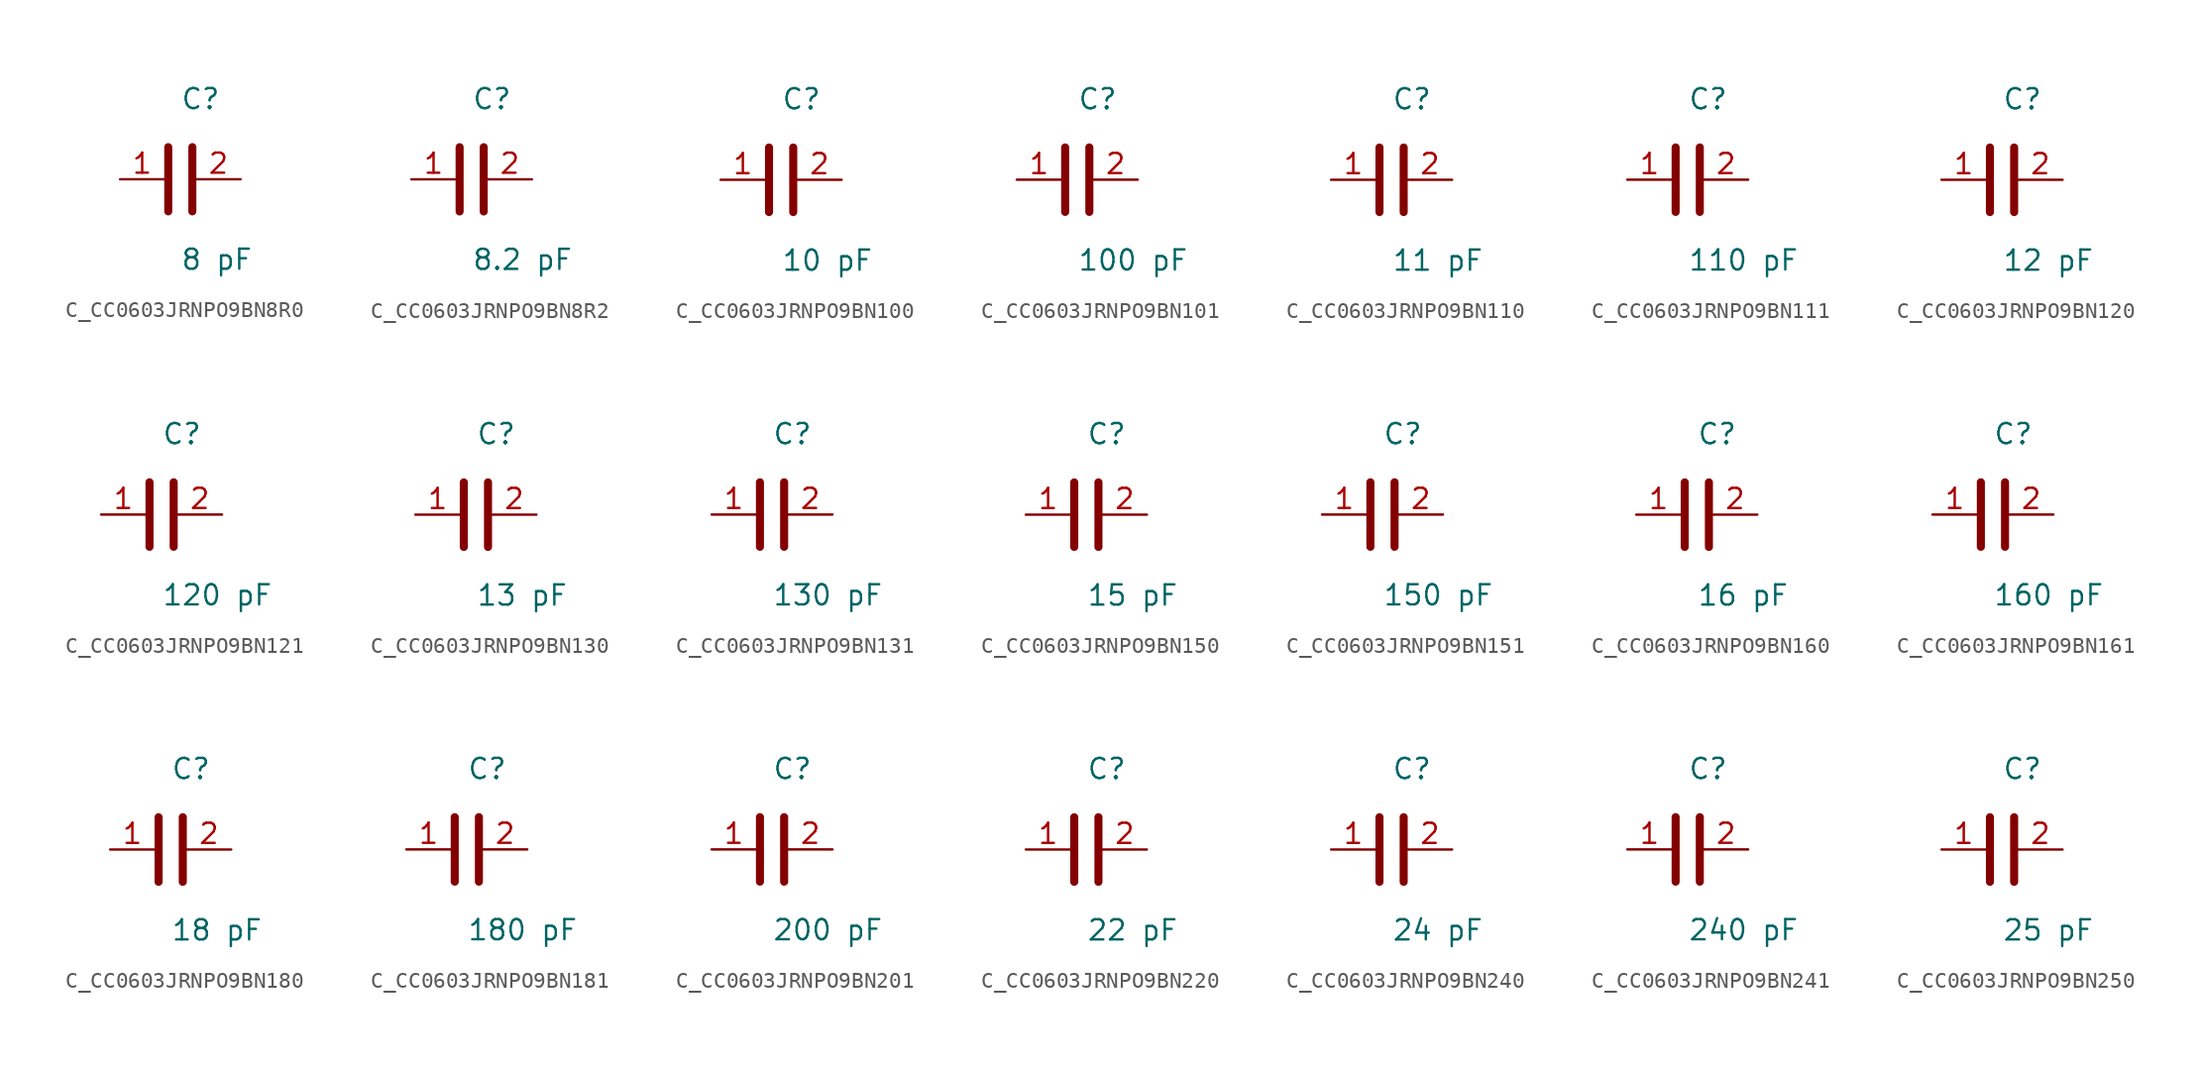
<source format=kicad_sym>
(kicad_symbol_lib
  (version 20231120)
  (generator kicad_symbol_editor)
  (generator_version 8.0)
  (symbol "C_CC0603JRNPO9BN8R0"
    (pin_names
      (offset 0.254))
    (property "Reference" "C"
      (at 0 5.08 0)
      (effects (font (size 1.27 1.27)) (justify left)))
    (property "Value" "8 pF"
      (at 0 -5.08 0)
      (effects (font (size 1.27 1.27)) (justify left)))
    (symbol "C_CC0603JRNPO9BN8R0_0_1"
      (polyline (pts (xy -0.762 -2.032) (xy -0.762 2.032)) (stroke (width 0.508) (type default)) (fill (type none)))
      (polyline (pts (xy 0.762 -2.032) (xy 0.762 2.032)) (stroke (width 0.508) (type default)) (fill (type none))))
    (pin passive line
      (at -3.81 0 0)
      (length 2.8)
      (name "" (effects (font (size 1.27 1.27))))
      (number "1" (effects (font (size 1.27 1.27)))))
    (pin passive line
      (at 3.81 0 180)
      (length 2.8)
      (name "" (effects (font (size 1.27 1.27))))
      (number "2" (effects (font (size 1.27 1.27))))))
  (symbol "C_CC0603JRNPO9BN8R2"
    (pin_names
      (offset 0.254))
    (property "Reference" "C"
      (at 0 5.08 0)
      (effects (font (size 1.27 1.27)) (justify left)))
    (property "Value" "8.2 pF"
      (at 0 -5.08 0)
      (effects (font (size 1.27 1.27)) (justify left)))
    (symbol "C_CC0603JRNPO9BN8R2_0_1"
      (polyline (pts (xy -0.762 -2.032) (xy -0.762 2.032)) (stroke (width 0.508) (type default)) (fill (type none)))
      (polyline (pts (xy 0.762 -2.032) (xy 0.762 2.032)) (stroke (width 0.508) (type default)) (fill (type none))))
    (pin passive line
      (at -3.81 0 0)
      (length 2.8)
      (name "" (effects (font (size 1.27 1.27))))
      (number "1" (effects (font (size 1.27 1.27)))))
    (pin passive line
      (at 3.81 0 180)
      (length 2.8)
      (name "" (effects (font (size 1.27 1.27))))
      (number "2" (effects (font (size 1.27 1.27))))))
  (symbol "C_CC0603JRNPO9BN100"
    (pin_names
      (offset 0.254))
    (property "Reference" "C"
      (at 0 5.08 0)
      (effects (font (size 1.27 1.27)) (justify left)))
    (property "Value" "10 pF"
      (at 0 -5.08 0)
      (effects (font (size 1.27 1.27)) (justify left)))
    (symbol "C_CC0603JRNPO9BN100_0_1"
      (polyline (pts (xy -0.762 -2.032) (xy -0.762 2.032)) (stroke (width 0.508) (type default)) (fill (type none)))
      (polyline (pts (xy 0.762 -2.032) (xy 0.762 2.032)) (stroke (width 0.508) (type default)) (fill (type none))))
    (pin passive line
      (at -3.81 0 0)
      (length 2.8)
      (name "" (effects (font (size 1.27 1.27))))
      (number "1" (effects (font (size 1.27 1.27)))))
    (pin passive line
      (at 3.81 0 180)
      (length 2.8)
      (name "" (effects (font (size 1.27 1.27))))
      (number "2" (effects (font (size 1.27 1.27))))))
  (symbol "C_CC0603JRNPO9BN101"
    (pin_names
      (offset 0.254))
    (property "Reference" "C"
      (at 0 5.08 0)
      (effects (font (size 1.27 1.27)) (justify left)))
    (property "Value" "100 pF"
      (at 0 -5.08 0)
      (effects (font (size 1.27 1.27)) (justify left)))
    (symbol "C_CC0603JRNPO9BN101_0_1"
      (polyline (pts (xy -0.762 -2.032) (xy -0.762 2.032)) (stroke (width 0.508) (type default)) (fill (type none)))
      (polyline (pts (xy 0.762 -2.032) (xy 0.762 2.032)) (stroke (width 0.508) (type default)) (fill (type none))))
    (pin passive line
      (at -3.81 0 0)
      (length 2.8)
      (name "" (effects (font (size 1.27 1.27))))
      (number "1" (effects (font (size 1.27 1.27)))))
    (pin passive line
      (at 3.81 0 180)
      (length 2.8)
      (name "" (effects (font (size 1.27 1.27))))
      (number "2" (effects (font (size 1.27 1.27))))))
  (symbol "C_CC0603JRNPO9BN110"
    (pin_names
      (offset 0.254))
    (property "Reference" "C"
      (at 0 5.08 0)
      (effects (font (size 1.27 1.27)) (justify left)))
    (property "Value" "11 pF"
      (at 0 -5.08 0)
      (effects (font (size 1.27 1.27)) (justify left)))
    (symbol "C_CC0603JRNPO9BN110_0_1"
      (polyline (pts (xy -0.762 -2.032) (xy -0.762 2.032)) (stroke (width 0.508) (type default)) (fill (type none)))
      (polyline (pts (xy 0.762 -2.032) (xy 0.762 2.032)) (stroke (width 0.508) (type default)) (fill (type none))))
    (pin passive line
      (at -3.81 0 0)
      (length 2.8)
      (name "" (effects (font (size 1.27 1.27))))
      (number "1" (effects (font (size 1.27 1.27)))))
    (pin passive line
      (at 3.81 0 180)
      (length 2.8)
      (name "" (effects (font (size 1.27 1.27))))
      (number "2" (effects (font (size 1.27 1.27))))))
  (symbol "C_CC0603JRNPO9BN111"
    (pin_names
      (offset 0.254))
    (property "Reference" "C"
      (at 0 5.08 0)
      (effects (font (size 1.27 1.27)) (justify left)))
    (property "Value" "110 pF"
      (at 0 -5.08 0)
      (effects (font (size 1.27 1.27)) (justify left)))
    (symbol "C_CC0603JRNPO9BN111_0_1"
      (polyline (pts (xy -0.762 -2.032) (xy -0.762 2.032)) (stroke (width 0.508) (type default)) (fill (type none)))
      (polyline (pts (xy 0.762 -2.032) (xy 0.762 2.032)) (stroke (width 0.508) (type default)) (fill (type none))))
    (pin passive line
      (at -3.81 0 0)
      (length 2.8)
      (name "" (effects (font (size 1.27 1.27))))
      (number "1" (effects (font (size 1.27 1.27)))))
    (pin passive line
      (at 3.81 0 180)
      (length 2.8)
      (name "" (effects (font (size 1.27 1.27))))
      (number "2" (effects (font (size 1.27 1.27))))))
  (symbol "C_CC0603JRNPO9BN120"
    (pin_names
      (offset 0.254))
    (property "Reference" "C"
      (at 0 5.08 0)
      (effects (font (size 1.27 1.27)) (justify left)))
    (property "Value" "12 pF"
      (at 0 -5.08 0)
      (effects (font (size 1.27 1.27)) (justify left)))
    (symbol "C_CC0603JRNPO9BN120_0_1"
      (polyline (pts (xy -0.762 -2.032) (xy -0.762 2.032)) (stroke (width 0.508) (type default)) (fill (type none)))
      (polyline (pts (xy 0.762 -2.032) (xy 0.762 2.032)) (stroke (width 0.508) (type default)) (fill (type none))))
    (pin passive line
      (at -3.81 0 0)
      (length 2.8)
      (name "" (effects (font (size 1.27 1.27))))
      (number "1" (effects (font (size 1.27 1.27)))))
    (pin passive line
      (at 3.81 0 180)
      (length 2.8)
      (name "" (effects (font (size 1.27 1.27))))
      (number "2" (effects (font (size 1.27 1.27))))))
  (symbol "C_CC0603JRNPO9BN121"
    (pin_names
      (offset 0.254))
    (property "Reference" "C"
      (at 0 5.08 0)
      (effects (font (size 1.27 1.27)) (justify left)))
    (property "Value" "120 pF"
      (at 0 -5.08 0)
      (effects (font (size 1.27 1.27)) (justify left)))
    (symbol "C_CC0603JRNPO9BN121_0_1"
      (polyline (pts (xy -0.762 -2.032) (xy -0.762 2.032)) (stroke (width 0.508) (type default)) (fill (type none)))
      (polyline (pts (xy 0.762 -2.032) (xy 0.762 2.032)) (stroke (width 0.508) (type default)) (fill (type none))))
    (pin passive line
      (at -3.81 0 0)
      (length 2.8)
      (name "" (effects (font (size 1.27 1.27))))
      (number "1" (effects (font (size 1.27 1.27)))))
    (pin passive line
      (at 3.81 0 180)
      (length 2.8)
      (name "" (effects (font (size 1.27 1.27))))
      (number "2" (effects (font (size 1.27 1.27))))))
  (symbol "C_CC0603JRNPO9BN130"
    (pin_names
      (offset 0.254))
    (property "Reference" "C"
      (at 0 5.08 0)
      (effects (font (size 1.27 1.27)) (justify left)))
    (property "Value" "13 pF"
      (at 0 -5.08 0)
      (effects (font (size 1.27 1.27)) (justify left)))
    (symbol "C_CC0603JRNPO9BN130_0_1"
      (polyline (pts (xy -0.762 -2.032) (xy -0.762 2.032)) (stroke (width 0.508) (type default)) (fill (type none)))
      (polyline (pts (xy 0.762 -2.032) (xy 0.762 2.032)) (stroke (width 0.508) (type default)) (fill (type none))))
    (pin passive line
      (at -3.81 0 0)
      (length 2.8)
      (name "" (effects (font (size 1.27 1.27))))
      (number "1" (effects (font (size 1.27 1.27)))))
    (pin passive line
      (at 3.81 0 180)
      (length 2.8)
      (name "" (effects (font (size 1.27 1.27))))
      (number "2" (effects (font (size 1.27 1.27))))))
  (symbol "C_CC0603JRNPO9BN131"
    (pin_names
      (offset 0.254))
    (property "Reference" "C"
      (at 0 5.08 0)
      (effects (font (size 1.27 1.27)) (justify left)))
    (property "Value" "130 pF"
      (at 0 -5.08 0)
      (effects (font (size 1.27 1.27)) (justify left)))
    (symbol "C_CC0603JRNPO9BN131_0_1"
      (polyline (pts (xy -0.762 -2.032) (xy -0.762 2.032)) (stroke (width 0.508) (type default)) (fill (type none)))
      (polyline (pts (xy 0.762 -2.032) (xy 0.762 2.032)) (stroke (width 0.508) (type default)) (fill (type none))))
    (pin passive line
      (at -3.81 0 0)
      (length 2.8)
      (name "" (effects (font (size 1.27 1.27))))
      (number "1" (effects (font (size 1.27 1.27)))))
    (pin passive line
      (at 3.81 0 180)
      (length 2.8)
      (name "" (effects (font (size 1.27 1.27))))
      (number "2" (effects (font (size 1.27 1.27))))))
  (symbol "C_CC0603JRNPO9BN150"
    (pin_names
      (offset 0.254))
    (property "Reference" "C"
      (at 0 5.08 0)
      (effects (font (size 1.27 1.27)) (justify left)))
    (property "Value" "15 pF"
      (at 0 -5.08 0)
      (effects (font (size 1.27 1.27)) (justify left)))
    (symbol "C_CC0603JRNPO9BN150_0_1"
      (polyline (pts (xy -0.762 -2.032) (xy -0.762 2.032)) (stroke (width 0.508) (type default)) (fill (type none)))
      (polyline (pts (xy 0.762 -2.032) (xy 0.762 2.032)) (stroke (width 0.508) (type default)) (fill (type none))))
    (pin passive line
      (at -3.81 0 0)
      (length 2.8)
      (name "" (effects (font (size 1.27 1.27))))
      (number "1" (effects (font (size 1.27 1.27)))))
    (pin passive line
      (at 3.81 0 180)
      (length 2.8)
      (name "" (effects (font (size 1.27 1.27))))
      (number "2" (effects (font (size 1.27 1.27))))))
  (symbol "C_CC0603JRNPO9BN151"
    (pin_names
      (offset 0.254))
    (property "Reference" "C"
      (at 0 5.08 0)
      (effects (font (size 1.27 1.27)) (justify left)))
    (property "Value" "150 pF"
      (at 0 -5.08 0)
      (effects (font (size 1.27 1.27)) (justify left)))
    (symbol "C_CC0603JRNPO9BN151_0_1"
      (polyline (pts (xy -0.762 -2.032) (xy -0.762 2.032)) (stroke (width 0.508) (type default)) (fill (type none)))
      (polyline (pts (xy 0.762 -2.032) (xy 0.762 2.032)) (stroke (width 0.508) (type default)) (fill (type none))))
    (pin passive line
      (at -3.81 0 0)
      (length 2.8)
      (name "" (effects (font (size 1.27 1.27))))
      (number "1" (effects (font (size 1.27 1.27)))))
    (pin passive line
      (at 3.81 0 180)
      (length 2.8)
      (name "" (effects (font (size 1.27 1.27))))
      (number "2" (effects (font (size 1.27 1.27))))))
  (symbol "C_CC0603JRNPO9BN160"
    (pin_names
      (offset 0.254))
    (property "Reference" "C"
      (at 0 5.08 0)
      (effects (font (size 1.27 1.27)) (justify left)))
    (property "Value" "16 pF"
      (at 0 -5.08 0)
      (effects (font (size 1.27 1.27)) (justify left)))
    (symbol "C_CC0603JRNPO9BN160_0_1"
      (polyline (pts (xy -0.762 -2.032) (xy -0.762 2.032)) (stroke (width 0.508) (type default)) (fill (type none)))
      (polyline (pts (xy 0.762 -2.032) (xy 0.762 2.032)) (stroke (width 0.508) (type default)) (fill (type none))))
    (pin passive line
      (at -3.81 0 0)
      (length 2.8)
      (name "" (effects (font (size 1.27 1.27))))
      (number "1" (effects (font (size 1.27 1.27)))))
    (pin passive line
      (at 3.81 0 180)
      (length 2.8)
      (name "" (effects (font (size 1.27 1.27))))
      (number "2" (effects (font (size 1.27 1.27))))))
  (symbol "C_CC0603JRNPO9BN161"
    (pin_names
      (offset 0.254))
    (property "Reference" "C"
      (at 0 5.08 0)
      (effects (font (size 1.27 1.27)) (justify left)))
    (property "Value" "160 pF"
      (at 0 -5.08 0)
      (effects (font (size 1.27 1.27)) (justify left)))
    (symbol "C_CC0603JRNPO9BN161_0_1"
      (polyline (pts (xy -0.762 -2.032) (xy -0.762 2.032)) (stroke (width 0.508) (type default)) (fill (type none)))
      (polyline (pts (xy 0.762 -2.032) (xy 0.762 2.032)) (stroke (width 0.508) (type default)) (fill (type none))))
    (pin passive line
      (at -3.81 0 0)
      (length 2.8)
      (name "" (effects (font (size 1.27 1.27))))
      (number "1" (effects (font (size 1.27 1.27)))))
    (pin passive line
      (at 3.81 0 180)
      (length 2.8)
      (name "" (effects (font (size 1.27 1.27))))
      (number "2" (effects (font (size 1.27 1.27))))))
  (symbol "C_CC0603JRNPO9BN180"
    (pin_names
      (offset 0.254))
    (property "Reference" "C"
      (at 0 5.08 0)
      (effects (font (size 1.27 1.27)) (justify left)))
    (property "Value" "18 pF"
      (at 0 -5.08 0)
      (effects (font (size 1.27 1.27)) (justify left)))
    (symbol "C_CC0603JRNPO9BN180_0_1"
      (polyline (pts (xy -0.762 -2.032) (xy -0.762 2.032)) (stroke (width 0.508) (type default)) (fill (type none)))
      (polyline (pts (xy 0.762 -2.032) (xy 0.762 2.032)) (stroke (width 0.508) (type default)) (fill (type none))))
    (pin passive line
      (at -3.81 0 0)
      (length 2.8)
      (name "" (effects (font (size 1.27 1.27))))
      (number "1" (effects (font (size 1.27 1.27)))))
    (pin passive line
      (at 3.81 0 180)
      (length 2.8)
      (name "" (effects (font (size 1.27 1.27))))
      (number "2" (effects (font (size 1.27 1.27))))))
  (symbol "C_CC0603JRNPO9BN181"
    (pin_names
      (offset 0.254))
    (property "Reference" "C"
      (at 0 5.08 0)
      (effects (font (size 1.27 1.27)) (justify left)))
    (property "Value" "180 pF"
      (at 0 -5.08 0)
      (effects (font (size 1.27 1.27)) (justify left)))
    (symbol "C_CC0603JRNPO9BN181_0_1"
      (polyline (pts (xy -0.762 -2.032) (xy -0.762 2.032)) (stroke (width 0.508) (type default)) (fill (type none)))
      (polyline (pts (xy 0.762 -2.032) (xy 0.762 2.032)) (stroke (width 0.508) (type default)) (fill (type none))))
    (pin passive line
      (at -3.81 0 0)
      (length 2.8)
      (name "" (effects (font (size 1.27 1.27))))
      (number "1" (effects (font (size 1.27 1.27)))))
    (pin passive line
      (at 3.81 0 180)
      (length 2.8)
      (name "" (effects (font (size 1.27 1.27))))
      (number "2" (effects (font (size 1.27 1.27))))))
  (symbol "C_CC0603JRNPO9BN201"
    (pin_names
      (offset 0.254))
    (property "Reference" "C"
      (at 0 5.08 0)
      (effects (font (size 1.27 1.27)) (justify left)))
    (property "Value" "200 pF"
      (at 0 -5.08 0)
      (effects (font (size 1.27 1.27)) (justify left)))
    (symbol "C_CC0603JRNPO9BN201_0_1"
      (polyline (pts (xy -0.762 -2.032) (xy -0.762 2.032)) (stroke (width 0.508) (type default)) (fill (type none)))
      (polyline (pts (xy 0.762 -2.032) (xy 0.762 2.032)) (stroke (width 0.508) (type default)) (fill (type none))))
    (pin passive line
      (at -3.81 0 0)
      (length 2.8)
      (name "" (effects (font (size 1.27 1.27))))
      (number "1" (effects (font (size 1.27 1.27)))))
    (pin passive line
      (at 3.81 0 180)
      (length 2.8)
      (name "" (effects (font (size 1.27 1.27))))
      (number "2" (effects (font (size 1.27 1.27))))))
  (symbol "C_CC0603JRNPO9BN220"
    (pin_names
      (offset 0.254))
    (property "Reference" "C"
      (at 0 5.08 0)
      (effects (font (size 1.27 1.27)) (justify left)))
    (property "Value" "22 pF"
      (at 0 -5.08 0)
      (effects (font (size 1.27 1.27)) (justify left)))
    (symbol "C_CC0603JRNPO9BN220_0_1"
      (polyline (pts (xy -0.762 -2.032) (xy -0.762 2.032)) (stroke (width 0.508) (type default)) (fill (type none)))
      (polyline (pts (xy 0.762 -2.032) (xy 0.762 2.032)) (stroke (width 0.508) (type default)) (fill (type none))))
    (pin passive line
      (at -3.81 0 0)
      (length 2.8)
      (name "" (effects (font (size 1.27 1.27))))
      (number "1" (effects (font (size 1.27 1.27)))))
    (pin passive line
      (at 3.81 0 180)
      (length 2.8)
      (name "" (effects (font (size 1.27 1.27))))
      (number "2" (effects (font (size 1.27 1.27))))))
  (symbol "C_CC0603JRNPO9BN240"
    (pin_names
      (offset 0.254))
    (property "Reference" "C"
      (at 0 5.08 0)
      (effects (font (size 1.27 1.27)) (justify left)))
    (property "Value" "24 pF"
      (at 0 -5.08 0)
      (effects (font (size 1.27 1.27)) (justify left)))
    (symbol "C_CC0603JRNPO9BN240_0_1"
      (polyline (pts (xy -0.762 -2.032) (xy -0.762 2.032)) (stroke (width 0.508) (type default)) (fill (type none)))
      (polyline (pts (xy 0.762 -2.032) (xy 0.762 2.032)) (stroke (width 0.508) (type default)) (fill (type none))))
    (pin passive line
      (at -3.81 0 0)
      (length 2.8)
      (name "" (effects (font (size 1.27 1.27))))
      (number "1" (effects (font (size 1.27 1.27)))))
    (pin passive line
      (at 3.81 0 180)
      (length 2.8)
      (name "" (effects (font (size 1.27 1.27))))
      (number "2" (effects (font (size 1.27 1.27))))))
  (symbol "C_CC0603JRNPO9BN241"
    (pin_names
      (offset 0.254))
    (property "Reference" "C"
      (at 0 5.08 0)
      (effects (font (size 1.27 1.27)) (justify left)))
    (property "Value" "240 pF"
      (at 0 -5.08 0)
      (effects (font (size 1.27 1.27)) (justify left)))
    (symbol "C_CC0603JRNPO9BN241_0_1"
      (polyline (pts (xy -0.762 -2.032) (xy -0.762 2.032)) (stroke (width 0.508) (type default)) (fill (type none)))
      (polyline (pts (xy 0.762 -2.032) (xy 0.762 2.032)) (stroke (width 0.508) (type default)) (fill (type none))))
    (pin passive line
      (at -3.81 0 0)
      (length 2.8)
      (name "" (effects (font (size 1.27 1.27))))
      (number "1" (effects (font (size 1.27 1.27)))))
    (pin passive line
      (at 3.81 0 180)
      (length 2.8)
      (name "" (effects (font (size 1.27 1.27))))
      (number "2" (effects (font (size 1.27 1.27))))))
  (symbol "C_CC0603JRNPO9BN250"
    (pin_names
      (offset 0.254))
    (property "Reference" "C"
      (at 0 5.08 0)
      (effects (font (size 1.27 1.27)) (justify left)))
    (property "Value" "25 pF"
      (at 0 -5.08 0)
      (effects (font (size 1.27 1.27)) (justify left)))
    (symbol "C_CC0603JRNPO9BN250_0_1"
      (polyline (pts (xy -0.762 -2.032) (xy -0.762 2.032)) (stroke (width 0.508) (type default)) (fill (type none)))
      (polyline (pts (xy 0.762 -2.032) (xy 0.762 2.032)) (stroke (width 0.508) (type default)) (fill (type none))))
    (pin passive line
      (at -3.81 0 0)
      (length 2.8)
      (name "" (effects (font (size 1.27 1.27))))
      (number "1" (effects (font (size 1.27 1.27)))))
    (pin passive line
      (at 3.81 0 180)
      (length 2.8)
      (name "" (effects (font (size 1.27 1.27))))
      (number "2" (effects (font (size 1.27 1.27)))))))
</source>
